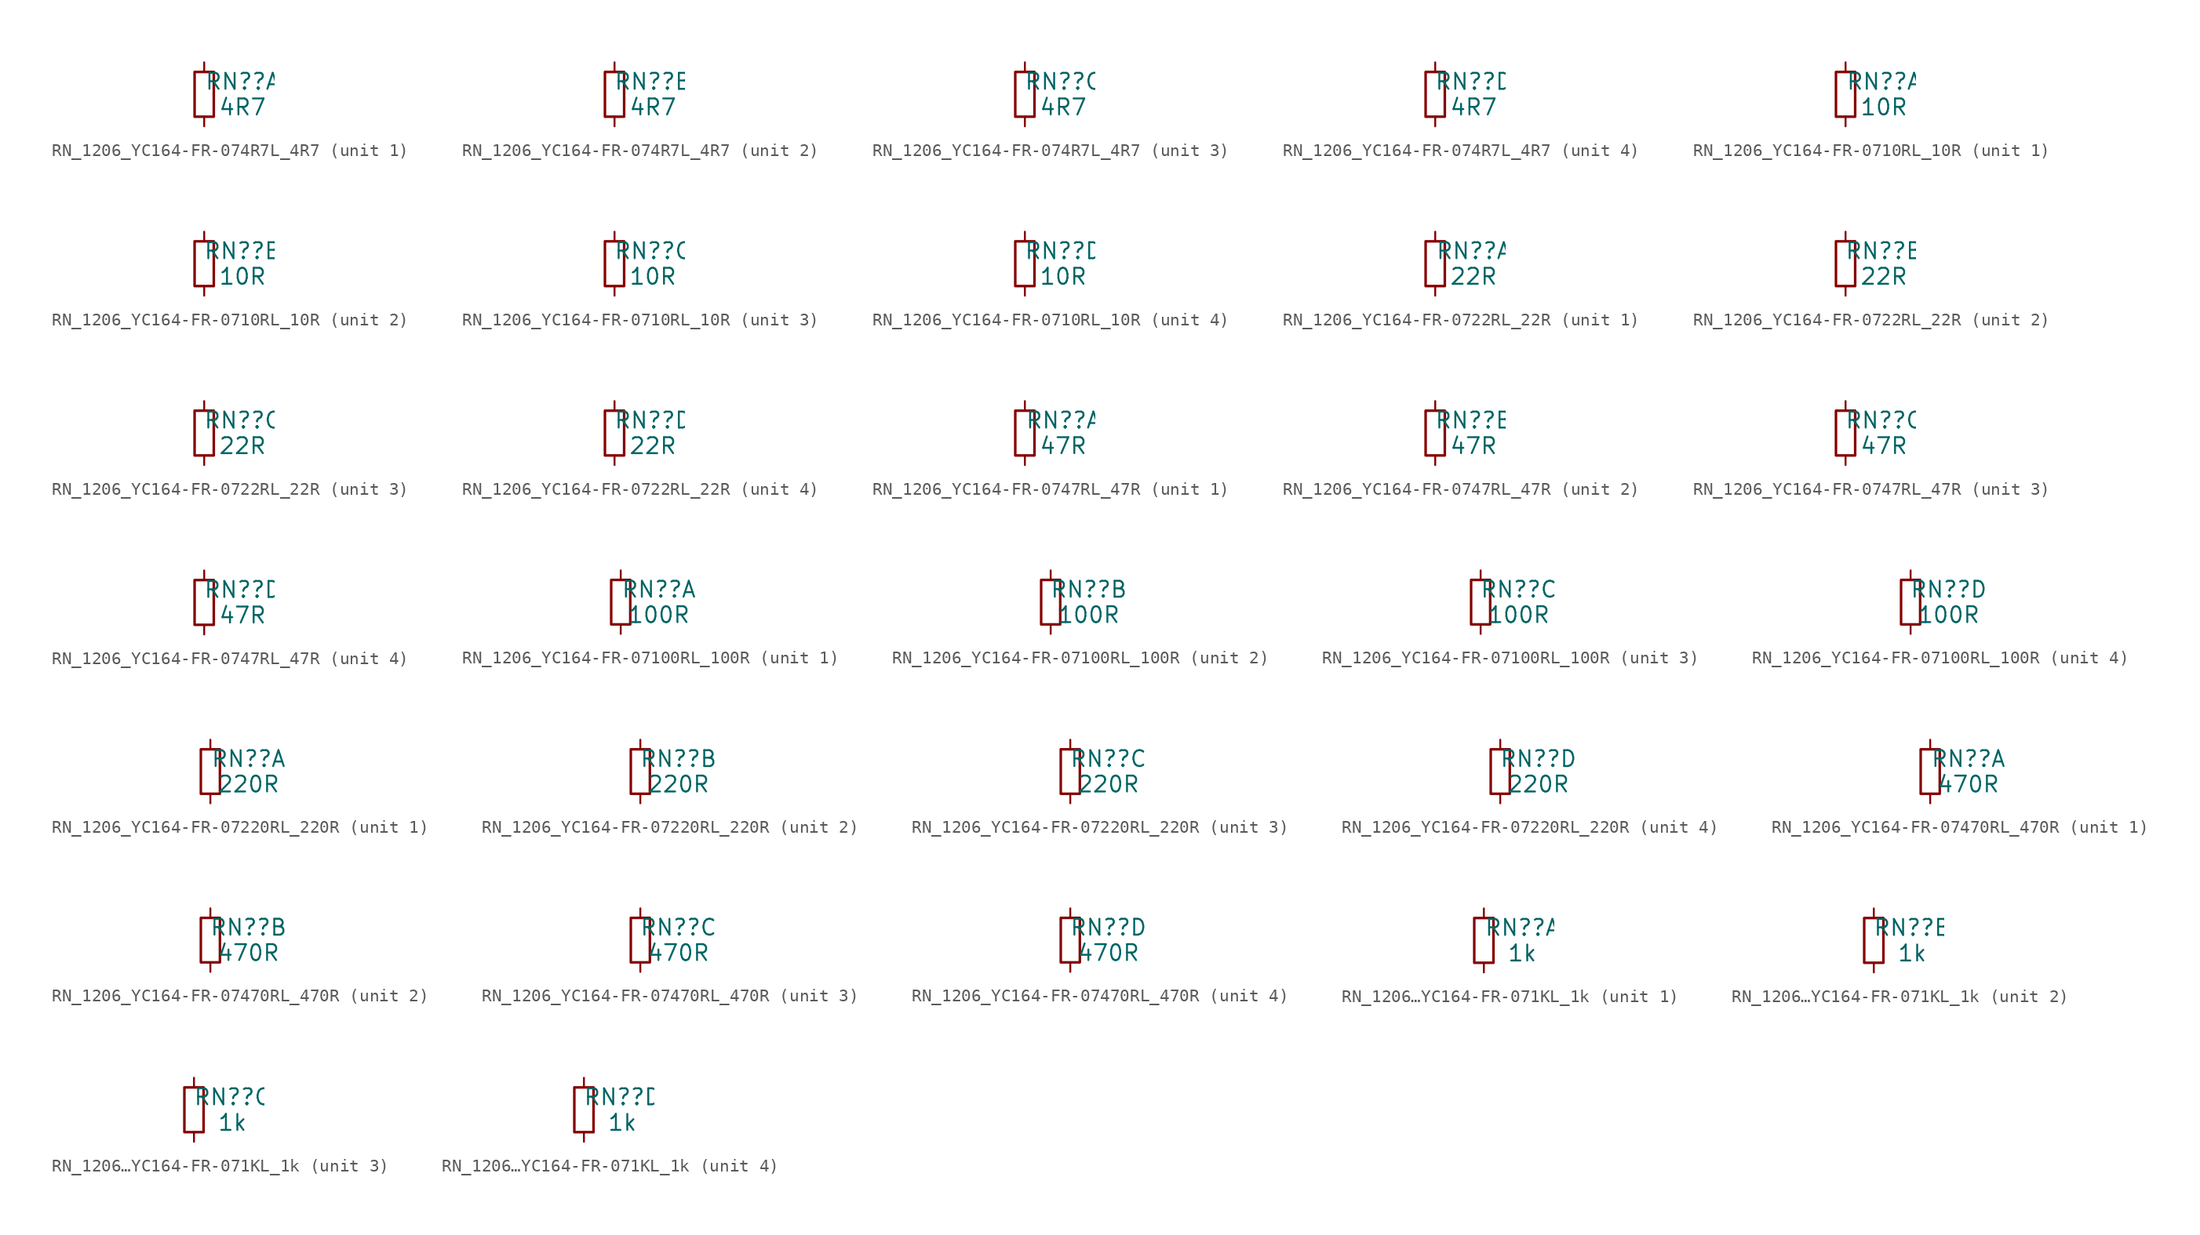
<source format=kicad_sym>
(kicad_symbol_lib
  (version 20231120)
  (generator "kicad_symbol_editor")
  (generator_version "8.0")
  (symbol "RN_1206_YC164-FR-074R7L_4R7"
    (pin_numbers hide)
    (pin_names
      (offset 1.016) hide)
    (property "Reference" "RN?"
      (at 3.048 1.016 0)
      (effects (font (size 1.27 1.27))))
    (property "Value" "4R7"
      (at 3.048 -1.016 0)
      (effects (font (size 1.27 1.27))))
    (symbol "RN_1206_YC164-FR-074R7L_4R7_0_1"
      (rectangle (start -0.762 1.778) (end 0.762 -1.778) (stroke (width 0.203) (type default)) (fill (type none))))
    (symbol "RN_1206_YC164-FR-074R7L_4R7_1_1"
      (pin passive line (at 0 2.54 270) (length 0.762) (name "~" (effects (font (size 1.27 1.27)))) (number "1" (effects (font (size 1.27 1.27)))))
      (pin passive line (at 0 -2.54 90) (length 0.762) (name "~" (effects (font (size 1.27 1.27)))) (number "8" (effects (font (size 1.27 1.27))))))
    (symbol "RN_1206_YC164-FR-074R7L_4R7_2_1"
      (pin passive line (at 0 2.54 270) (length 0.762) (name "~" (effects (font (size 1.27 1.27)))) (number "2" (effects (font (size 1.27 1.27)))))
      (pin passive line (at 0 -2.54 90) (length 0.762) (name "~" (effects (font (size 1.27 1.27)))) (number "7" (effects (font (size 1.27 1.27))))))
    (symbol "RN_1206_YC164-FR-074R7L_4R7_3_1"
      (pin passive line (at 0 2.54 270) (length 0.762) (name "~" (effects (font (size 1.27 1.27)))) (number "3" (effects (font (size 1.27 1.27)))))
      (pin passive line (at 0 -2.54 90) (length 0.762) (name "~" (effects (font (size 1.27 1.27)))) (number "6" (effects (font (size 1.27 1.27))))))
    (symbol "RN_1206_YC164-FR-074R7L_4R7_4_1"
      (pin passive line (at 0 2.54 270) (length 0.762) (name "~" (effects (font (size 1.27 1.27)))) (number "4" (effects (font (size 1.27 1.27)))))
      (pin passive line (at 0 -2.54 90) (length 0.762) (name "~" (effects (font (size 1.27 1.27)))) (number "5" (effects (font (size 1.27 1.27)))))))
  (symbol "RN_1206_YC164-FR-0710RL_10R"
    (pin_numbers hide)
    (pin_names
      (offset 1.016) hide)
    (property "Reference" "RN?"
      (at 3.048 1.016 0)
      (effects (font (size 1.27 1.27))))
    (property "Value" "10R"
      (at 3.048 -1.016 0)
      (effects (font (size 1.27 1.27))))
    (symbol "RN_1206_YC164-FR-0710RL_10R_0_1"
      (rectangle (start -0.762 1.778) (end 0.762 -1.778) (stroke (width 0.203) (type default)) (fill (type none))))
    (symbol "RN_1206_YC164-FR-0710RL_10R_1_1"
      (pin passive line (at 0 2.54 270) (length 0.762) (name "~" (effects (font (size 1.27 1.27)))) (number "1" (effects (font (size 1.27 1.27)))))
      (pin passive line (at 0 -2.54 90) (length 0.762) (name "~" (effects (font (size 1.27 1.27)))) (number "8" (effects (font (size 1.27 1.27))))))
    (symbol "RN_1206_YC164-FR-0710RL_10R_2_1"
      (pin passive line (at 0 2.54 270) (length 0.762) (name "~" (effects (font (size 1.27 1.27)))) (number "2" (effects (font (size 1.27 1.27)))))
      (pin passive line (at 0 -2.54 90) (length 0.762) (name "~" (effects (font (size 1.27 1.27)))) (number "7" (effects (font (size 1.27 1.27))))))
    (symbol "RN_1206_YC164-FR-0710RL_10R_3_1"
      (pin passive line (at 0 2.54 270) (length 0.762) (name "~" (effects (font (size 1.27 1.27)))) (number "3" (effects (font (size 1.27 1.27)))))
      (pin passive line (at 0 -2.54 90) (length 0.762) (name "~" (effects (font (size 1.27 1.27)))) (number "6" (effects (font (size 1.27 1.27))))))
    (symbol "RN_1206_YC164-FR-0710RL_10R_4_1"
      (pin passive line (at 0 2.54 270) (length 0.762) (name "~" (effects (font (size 1.27 1.27)))) (number "4" (effects (font (size 1.27 1.27)))))
      (pin passive line (at 0 -2.54 90) (length 0.762) (name "~" (effects (font (size 1.27 1.27)))) (number "5" (effects (font (size 1.27 1.27)))))))
  (symbol "RN_1206_YC164-FR-0722RL_22R"
    (pin_numbers hide)
    (pin_names
      (offset 1.016) hide)
    (property "Reference" "RN?"
      (at 3.048 1.016 0)
      (effects (font (size 1.27 1.27))))
    (property "Value" "22R"
      (at 3.048 -1.016 0)
      (effects (font (size 1.27 1.27))))
    (symbol "RN_1206_YC164-FR-0722RL_22R_0_1"
      (rectangle (start -0.762 1.778) (end 0.762 -1.778) (stroke (width 0.203) (type default)) (fill (type none))))
    (symbol "RN_1206_YC164-FR-0722RL_22R_1_1"
      (pin passive line (at 0 2.54 270) (length 0.762) (name "~" (effects (font (size 1.27 1.27)))) (number "1" (effects (font (size 1.27 1.27)))))
      (pin passive line (at 0 -2.54 90) (length 0.762) (name "~" (effects (font (size 1.27 1.27)))) (number "8" (effects (font (size 1.27 1.27))))))
    (symbol "RN_1206_YC164-FR-0722RL_22R_2_1"
      (pin passive line (at 0 2.54 270) (length 0.762) (name "~" (effects (font (size 1.27 1.27)))) (number "2" (effects (font (size 1.27 1.27)))))
      (pin passive line (at 0 -2.54 90) (length 0.762) (name "~" (effects (font (size 1.27 1.27)))) (number "7" (effects (font (size 1.27 1.27))))))
    (symbol "RN_1206_YC164-FR-0722RL_22R_3_1"
      (pin passive line (at 0 2.54 270) (length 0.762) (name "~" (effects (font (size 1.27 1.27)))) (number "3" (effects (font (size 1.27 1.27)))))
      (pin passive line (at 0 -2.54 90) (length 0.762) (name "~" (effects (font (size 1.27 1.27)))) (number "6" (effects (font (size 1.27 1.27))))))
    (symbol "RN_1206_YC164-FR-0722RL_22R_4_1"
      (pin passive line (at 0 2.54 270) (length 0.762) (name "~" (effects (font (size 1.27 1.27)))) (number "4" (effects (font (size 1.27 1.27)))))
      (pin passive line (at 0 -2.54 90) (length 0.762) (name "~" (effects (font (size 1.27 1.27)))) (number "5" (effects (font (size 1.27 1.27)))))))
  (symbol "RN_1206_YC164-FR-0747RL_47R"
    (pin_numbers hide)
    (pin_names
      (offset 1.016) hide)
    (property "Reference" "RN?"
      (at 3.048 1.016 0)
      (effects (font (size 1.27 1.27))))
    (property "Value" "47R"
      (at 3.048 -1.016 0)
      (effects (font (size 1.27 1.27))))
    (symbol "RN_1206_YC164-FR-0747RL_47R_0_1"
      (rectangle (start -0.762 1.778) (end 0.762 -1.778) (stroke (width 0.203) (type default)) (fill (type none))))
    (symbol "RN_1206_YC164-FR-0747RL_47R_1_1"
      (pin passive line (at 0 2.54 270) (length 0.762) (name "~" (effects (font (size 1.27 1.27)))) (number "1" (effects (font (size 1.27 1.27)))))
      (pin passive line (at 0 -2.54 90) (length 0.762) (name "~" (effects (font (size 1.27 1.27)))) (number "8" (effects (font (size 1.27 1.27))))))
    (symbol "RN_1206_YC164-FR-0747RL_47R_2_1"
      (pin passive line (at 0 2.54 270) (length 0.762) (name "~" (effects (font (size 1.27 1.27)))) (number "2" (effects (font (size 1.27 1.27)))))
      (pin passive line (at 0 -2.54 90) (length 0.762) (name "~" (effects (font (size 1.27 1.27)))) (number "7" (effects (font (size 1.27 1.27))))))
    (symbol "RN_1206_YC164-FR-0747RL_47R_3_1"
      (pin passive line (at 0 2.54 270) (length 0.762) (name "~" (effects (font (size 1.27 1.27)))) (number "3" (effects (font (size 1.27 1.27)))))
      (pin passive line (at 0 -2.54 90) (length 0.762) (name "~" (effects (font (size 1.27 1.27)))) (number "6" (effects (font (size 1.27 1.27))))))
    (symbol "RN_1206_YC164-FR-0747RL_47R_4_1"
      (pin passive line (at 0 2.54 270) (length 0.762) (name "~" (effects (font (size 1.27 1.27)))) (number "4" (effects (font (size 1.27 1.27)))))
      (pin passive line (at 0 -2.54 90) (length 0.762) (name "~" (effects (font (size 1.27 1.27)))) (number "5" (effects (font (size 1.27 1.27)))))))
  (symbol "RN_1206_YC164-FR-07100RL_100R"
    (pin_numbers hide)
    (pin_names
      (offset 1.016) hide)
    (property "Reference" "RN?"
      (at 3.048 1.016 0)
      (effects (font (size 1.27 1.27))))
    (property "Value" "100R"
      (at 3.048 -1.016 0)
      (effects (font (size 1.27 1.27))))
    (symbol "RN_1206_YC164-FR-07100RL_100R_0_1"
      (rectangle (start -0.762 1.778) (end 0.762 -1.778) (stroke (width 0.203) (type default)) (fill (type none))))
    (symbol "RN_1206_YC164-FR-07100RL_100R_1_1"
      (pin passive line (at 0 2.54 270) (length 0.762) (name "~" (effects (font (size 1.27 1.27)))) (number "1" (effects (font (size 1.27 1.27)))))
      (pin passive line (at 0 -2.54 90) (length 0.762) (name "~" (effects (font (size 1.27 1.27)))) (number "8" (effects (font (size 1.27 1.27))))))
    (symbol "RN_1206_YC164-FR-07100RL_100R_2_1"
      (pin passive line (at 0 2.54 270) (length 0.762) (name "~" (effects (font (size 1.27 1.27)))) (number "2" (effects (font (size 1.27 1.27)))))
      (pin passive line (at 0 -2.54 90) (length 0.762) (name "~" (effects (font (size 1.27 1.27)))) (number "7" (effects (font (size 1.27 1.27))))))
    (symbol "RN_1206_YC164-FR-07100RL_100R_3_1"
      (pin passive line (at 0 2.54 270) (length 0.762) (name "~" (effects (font (size 1.27 1.27)))) (number "3" (effects (font (size 1.27 1.27)))))
      (pin passive line (at 0 -2.54 90) (length 0.762) (name "~" (effects (font (size 1.27 1.27)))) (number "6" (effects (font (size 1.27 1.27))))))
    (symbol "RN_1206_YC164-FR-07100RL_100R_4_1"
      (pin passive line (at 0 2.54 270) (length 0.762) (name "~" (effects (font (size 1.27 1.27)))) (number "4" (effects (font (size 1.27 1.27)))))
      (pin passive line (at 0 -2.54 90) (length 0.762) (name "~" (effects (font (size 1.27 1.27)))) (number "5" (effects (font (size 1.27 1.27)))))))
  (symbol "RN_1206_YC164-FR-07220RL_220R"
    (pin_numbers hide)
    (pin_names
      (offset 1.016) hide)
    (property "Reference" "RN?"
      (at 3.048 1.016 0)
      (effects (font (size 1.27 1.27))))
    (property "Value" "220R"
      (at 3.048 -1.016 0)
      (effects (font (size 1.27 1.27))))
    (symbol "RN_1206_YC164-FR-07220RL_220R_0_1"
      (rectangle (start -0.762 1.778) (end 0.762 -1.778) (stroke (width 0.203) (type default)) (fill (type none))))
    (symbol "RN_1206_YC164-FR-07220RL_220R_1_1"
      (pin passive line (at 0 2.54 270) (length 0.762) (name "~" (effects (font (size 1.27 1.27)))) (number "1" (effects (font (size 1.27 1.27)))))
      (pin passive line (at 0 -2.54 90) (length 0.762) (name "~" (effects (font (size 1.27 1.27)))) (number "8" (effects (font (size 1.27 1.27))))))
    (symbol "RN_1206_YC164-FR-07220RL_220R_2_1"
      (pin passive line (at 0 2.54 270) (length 0.762) (name "~" (effects (font (size 1.27 1.27)))) (number "2" (effects (font (size 1.27 1.27)))))
      (pin passive line (at 0 -2.54 90) (length 0.762) (name "~" (effects (font (size 1.27 1.27)))) (number "7" (effects (font (size 1.27 1.27))))))
    (symbol "RN_1206_YC164-FR-07220RL_220R_3_1"
      (pin passive line (at 0 2.54 270) (length 0.762) (name "~" (effects (font (size 1.27 1.27)))) (number "3" (effects (font (size 1.27 1.27)))))
      (pin passive line (at 0 -2.54 90) (length 0.762) (name "~" (effects (font (size 1.27 1.27)))) (number "6" (effects (font (size 1.27 1.27))))))
    (symbol "RN_1206_YC164-FR-07220RL_220R_4_1"
      (pin passive line (at 0 2.54 270) (length 0.762) (name "~" (effects (font (size 1.27 1.27)))) (number "4" (effects (font (size 1.27 1.27)))))
      (pin passive line (at 0 -2.54 90) (length 0.762) (name "~" (effects (font (size 1.27 1.27)))) (number "5" (effects (font (size 1.27 1.27)))))))
  (symbol "RN_1206_YC164-FR-07470RL_470R"
    (pin_numbers hide)
    (pin_names
      (offset 1.016) hide)
    (property "Reference" "RN?"
      (at 3.048 1.016 0)
      (effects (font (size 1.27 1.27))))
    (property "Value" "470R"
      (at 3.048 -1.016 0)
      (effects (font (size 1.27 1.27))))
    (symbol "RN_1206_YC164-FR-07470RL_470R_0_1"
      (rectangle (start -0.762 1.778) (end 0.762 -1.778) (stroke (width 0.203) (type default)) (fill (type none))))
    (symbol "RN_1206_YC164-FR-07470RL_470R_1_1"
      (pin passive line (at 0 2.54 270) (length 0.762) (name "~" (effects (font (size 1.27 1.27)))) (number "1" (effects (font (size 1.27 1.27)))))
      (pin passive line (at 0 -2.54 90) (length 0.762) (name "~" (effects (font (size 1.27 1.27)))) (number "8" (effects (font (size 1.27 1.27))))))
    (symbol "RN_1206_YC164-FR-07470RL_470R_2_1"
      (pin passive line (at 0 2.54 270) (length 0.762) (name "~" (effects (font (size 1.27 1.27)))) (number "2" (effects (font (size 1.27 1.27)))))
      (pin passive line (at 0 -2.54 90) (length 0.762) (name "~" (effects (font (size 1.27 1.27)))) (number "7" (effects (font (size 1.27 1.27))))))
    (symbol "RN_1206_YC164-FR-07470RL_470R_3_1"
      (pin passive line (at 0 2.54 270) (length 0.762) (name "~" (effects (font (size 1.27 1.27)))) (number "3" (effects (font (size 1.27 1.27)))))
      (pin passive line (at 0 -2.54 90) (length 0.762) (name "~" (effects (font (size 1.27 1.27)))) (number "6" (effects (font (size 1.27 1.27))))))
    (symbol "RN_1206_YC164-FR-07470RL_470R_4_1"
      (pin passive line (at 0 2.54 270) (length 0.762) (name "~" (effects (font (size 1.27 1.27)))) (number "4" (effects (font (size 1.27 1.27)))))
      (pin passive line (at 0 -2.54 90) (length 0.762) (name "~" (effects (font (size 1.27 1.27)))) (number "5" (effects (font (size 1.27 1.27)))))))
  (symbol "RN_1206…YC164-FR-071KL_1k"
    (pin_numbers hide)
    (pin_names
      (offset 1.016) hide)
    (property "Reference" "RN?"
      (at 3.048 1.016 0)
      (effects (font (size 1.27 1.27))))
    (property "Value" "1k"
      (at 3.048 -1.016 0)
      (effects (font (size 1.27 1.27))))
    (symbol "RN_1206…YC164-FR-071KL_1k_0_1"
      (rectangle (start -0.762 1.778) (end 0.762 -1.778) (stroke (width 0.203) (type default)) (fill (type none))))
    (symbol "RN_1206…YC164-FR-071KL_1k_1_1"
      (pin passive line (at 0 2.54 270) (length 0.762) (name "~" (effects (font (size 1.27 1.27)))) (number "1" (effects (font (size 1.27 1.27)))))
      (pin passive line (at 0 -2.54 90) (length 0.762) (name "~" (effects (font (size 1.27 1.27)))) (number "8" (effects (font (size 1.27 1.27))))))
    (symbol "RN_1206…YC164-FR-071KL_1k_2_1"
      (pin passive line (at 0 2.54 270) (length 0.762) (name "~" (effects (font (size 1.27 1.27)))) (number "2" (effects (font (size 1.27 1.27)))))
      (pin passive line (at 0 -2.54 90) (length 0.762) (name "~" (effects (font (size 1.27 1.27)))) (number "7" (effects (font (size 1.27 1.27))))))
    (symbol "RN_1206…YC164-FR-071KL_1k_3_1"
      (pin passive line (at 0 2.54 270) (length 0.762) (name "~" (effects (font (size 1.27 1.27)))) (number "3" (effects (font (size 1.27 1.27)))))
      (pin passive line (at 0 -2.54 90) (length 0.762) (name "~" (effects (font (size 1.27 1.27)))) (number "6" (effects (font (size 1.27 1.27))))))
    (symbol "RN_1206…YC164-FR-071KL_1k_4_1"
      (pin passive line (at 0 2.54 270) (length 0.762) (name "~" (effects (font (size 1.27 1.27)))) (number "4" (effects (font (size 1.27 1.27)))))
      (pin passive line (at 0 -2.54 90) (length 0.762) (name "~" (effects (font (size 1.27 1.27)))) (number "5" (effects (font (size 1.27 1.27))))))))
</source>
